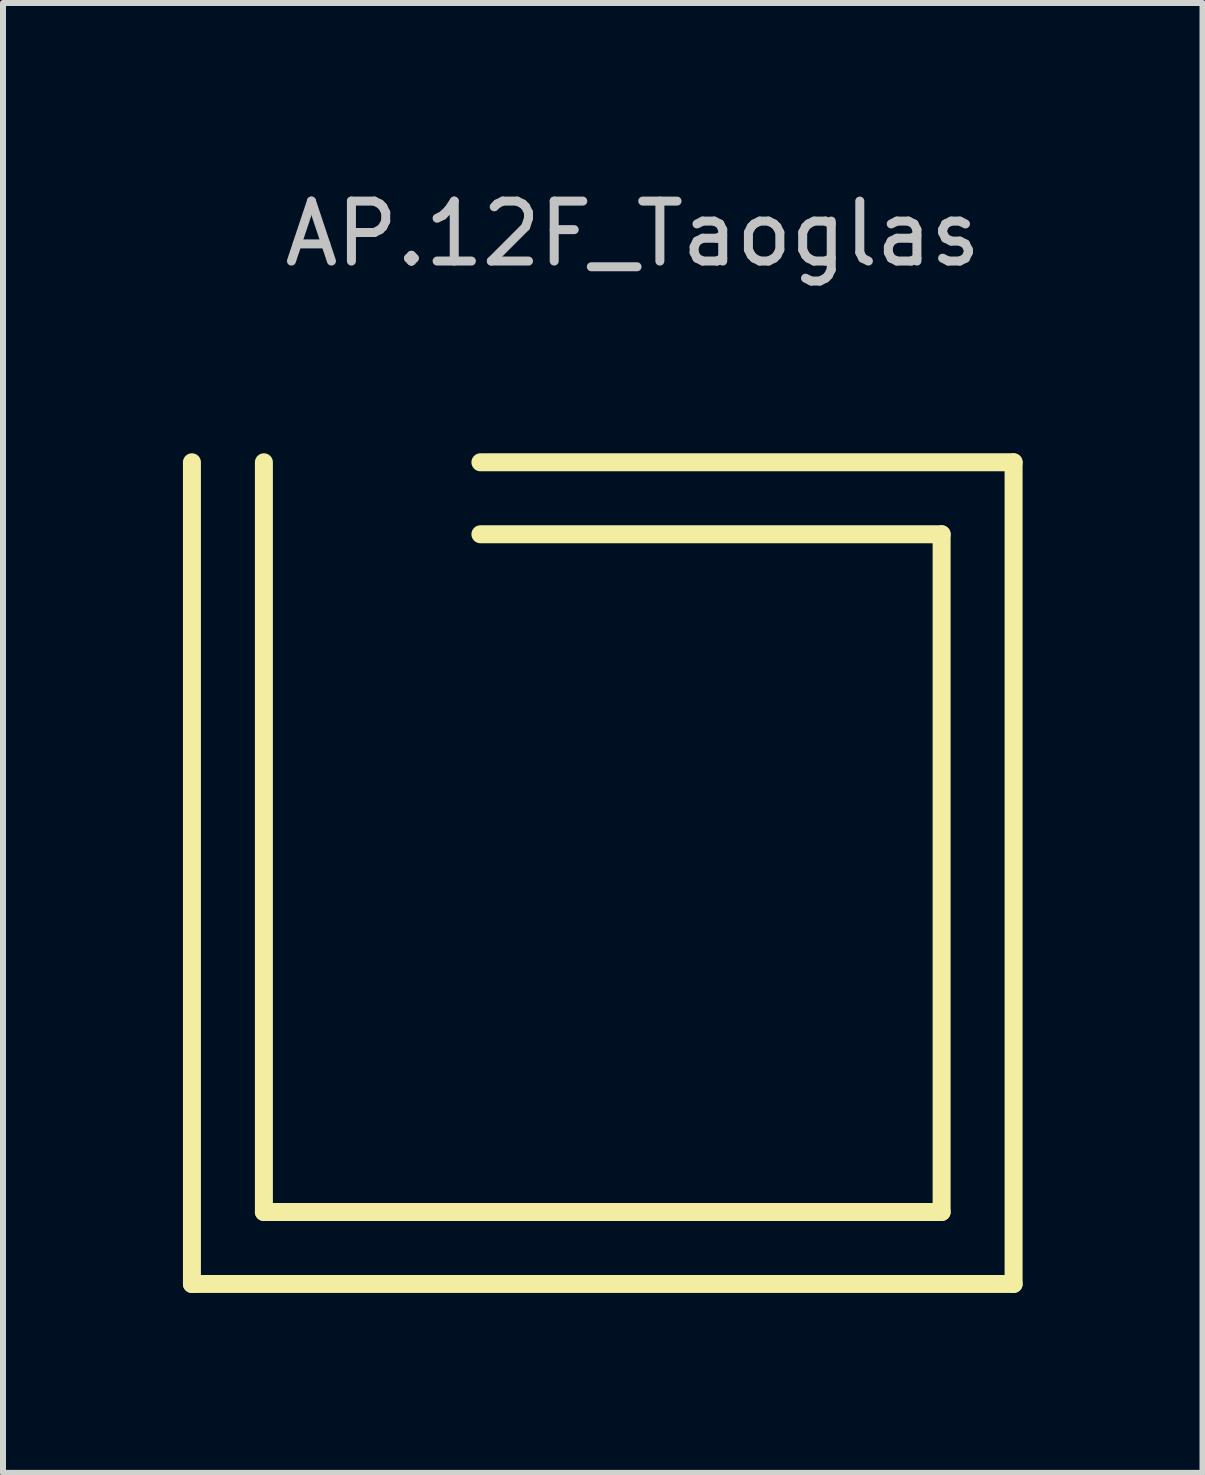
<source format=kicad_pcb>
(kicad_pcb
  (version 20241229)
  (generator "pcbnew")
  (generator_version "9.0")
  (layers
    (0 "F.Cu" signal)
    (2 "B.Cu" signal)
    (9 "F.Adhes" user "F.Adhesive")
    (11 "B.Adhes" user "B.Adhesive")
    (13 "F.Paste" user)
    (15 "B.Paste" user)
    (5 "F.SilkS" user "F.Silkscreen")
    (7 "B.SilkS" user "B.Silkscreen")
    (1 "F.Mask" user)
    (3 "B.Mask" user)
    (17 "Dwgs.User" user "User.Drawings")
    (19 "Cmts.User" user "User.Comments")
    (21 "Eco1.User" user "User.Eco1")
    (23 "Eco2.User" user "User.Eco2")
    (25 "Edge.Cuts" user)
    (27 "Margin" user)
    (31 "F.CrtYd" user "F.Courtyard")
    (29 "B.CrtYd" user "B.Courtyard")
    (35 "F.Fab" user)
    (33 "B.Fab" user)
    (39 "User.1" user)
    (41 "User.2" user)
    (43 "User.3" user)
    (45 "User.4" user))
  (footprint "AP.12F_Taoglas"
    (layer "F.Cu")
    (at 7.5 3.388)
    (property "Reference" "AP.12F_Taoglas" (at 0 -2.54 0) (layer "Dwgs.User") (effects (font (size 1 1) (thickness 0.15))))
    (attr through_hole)
    (fp_line (start -7.35 14.97) (end -7.35 1.27) (stroke (width 0.3) (type solid)) (layer "F.SilkS"))
    (fp_line (start -7.35 14.97) (end 6.35 14.97) (stroke (width 0.3) (type solid)) (layer "F.SilkS"))
    (fp_line (start -6.15 13.77) (end -6.15 1.27) (stroke (width 0.3) (type solid)) (layer "F.SilkS"))
    (fp_line (start -6.15 13.77) (end 5.15 13.77) (stroke (width 0.3) (type solid)) (layer "F.SilkS"))
    (fp_line (start -2.54 1.27) (end 6.35 1.27) (stroke (width 0.3) (type solid)) (layer "F.SilkS"))
    (fp_line (start -2.54 2.47) (end 5.15 2.47) (stroke (width 0.3) (type solid)) (layer "F.SilkS"))
    (fp_line (start 5.15 13.77) (end 5.15 2.47) (stroke (width 0.3) (type solid)) (layer "F.SilkS"))
    (fp_line (start 6.35 14.97) (end 6.35 1.27) (stroke (width 0.3) (type solid)) (layer "F.SilkS")))
  (gr_rect
    (start -3 -3)
    (end 17 21.508)
    (stroke (width 0.1) (type default))
    (fill no)
    (layer "Edge.Cuts")))
</source>
